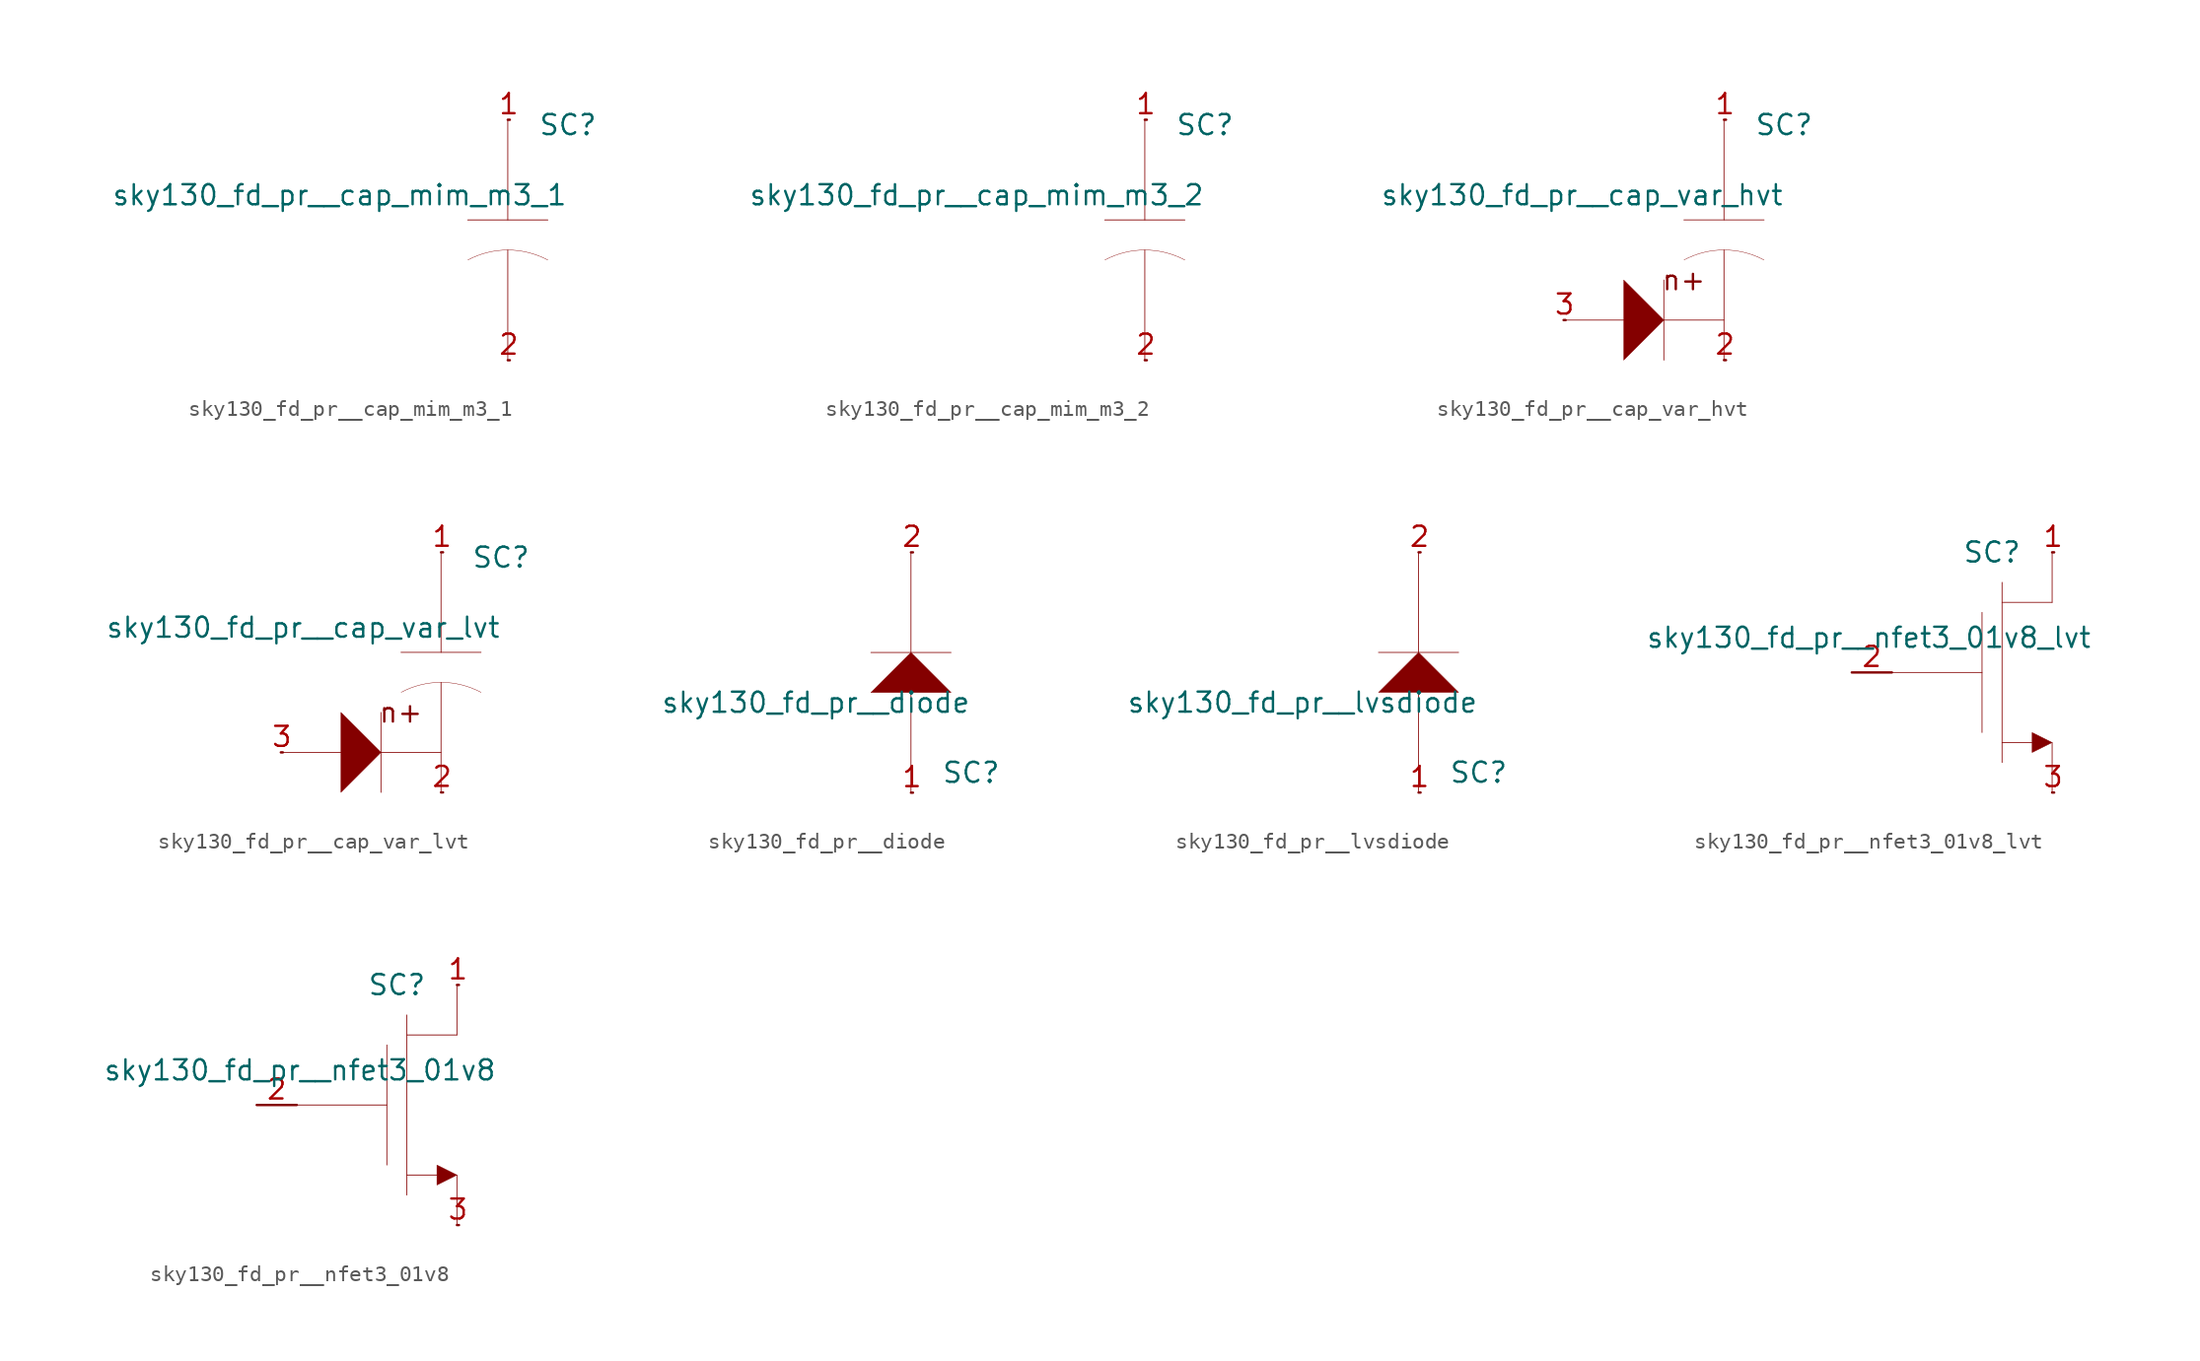
<source format=kicad_sym>
(kicad_symbol_lib
  (version 20211014)
  (generator kicad_symbol_editor)
  (symbol "sky130_fd_pr__cap_mim_m3_1"
    (pin_names hide)
    (property "Reference" "SC"
      (at 3.81 7.29 0)
      (effects (font (size 1.27 1.27))))
    (property "Value" "sky130_fd_pr__cap_mim_m3_1"
      (at 3.81 2.845 0)
      (effects (font (size 1.27 1.27)) (justify right)))
    (symbol "sky130_fd_pr__cap_mim_m3_1_0_0"
      (polyline (pts (xy -2.54 1.27) (xy 2.54 1.27)) (stroke (width 0.051) (type default) (color 0 0 0 0)) (fill (type none)))
      (polyline (pts (xy 0 -0.635) (xy 0 -7.62)) (stroke (width 0.051) (type default) (color 0 0 0 0)) (fill (type none)))
      (polyline (pts (xy 0 7.62) (xy 0 1.27)) (stroke (width 0.051) (type default) (color 0 0 0 0)) (fill (type none)))
      (arc (start 2.5363 -1.2697) (mid 0.0047 -0.635) (end -2.528 -1.2653) (stroke (width 0.0254) (type default) (color 0 0 0 0)) (fill (type none))))
    (symbol "sky130_fd_pr__cap_mim_m3_1_1_1"
      (pin bidirectional line (at 0 7.62 0) (length 0.127) (name "c0" (effects (font (size 1.092 1.092)))) (number "1" (effects (font (size 1.27 1.27)))))
      (pin bidirectional line (at 0 -7.62 0) (length 0.127) (name "c1" (effects (font (size 1.092 1.092)))) (number "2" (effects (font (size 1.27 1.27)))))))
  (symbol "sky130_fd_pr__cap_mim_m3_2"
    (pin_names hide)
    (property "Reference" "SC"
      (at 3.81 7.29 0)
      (effects (font (size 1.27 1.27))))
    (property "Value" "sky130_fd_pr__cap_mim_m3_2"
      (at 3.81 2.845 0)
      (effects (font (size 1.27 1.27)) (justify right)))
    (symbol "sky130_fd_pr__cap_mim_m3_2_0_0"
      (polyline (pts (xy -2.54 1.27) (xy 2.54 1.27)) (stroke (width 0.051) (type default) (color 0 0 0 0)) (fill (type none)))
      (polyline (pts (xy 0 -0.635) (xy 0 -7.62)) (stroke (width 0.051) (type default) (color 0 0 0 0)) (fill (type none)))
      (polyline (pts (xy 0 7.62) (xy 0 1.27)) (stroke (width 0.051) (type default) (color 0 0 0 0)) (fill (type none)))
      (arc (start 2.5363 -1.2697) (mid 0.0047 -0.635) (end -2.528 -1.2653) (stroke (width 0.0254) (type default) (color 0 0 0 0)) (fill (type none))))
    (symbol "sky130_fd_pr__cap_mim_m3_2_1_1"
      (pin bidirectional line (at 0 7.62 0) (length 0.127) (name "c0" (effects (font (size 1.092 1.092)))) (number "1" (effects (font (size 1.27 1.27)))))
      (pin bidirectional line (at 0 -7.62 0) (length 0.127) (name "c1" (effects (font (size 1.092 1.092)))) (number "2" (effects (font (size 1.27 1.27)))))))
  (symbol "sky130_fd_pr__cap_var_hvt"
    (pin_names hide)
    (property "Reference" "SC"
      (at 3.81 7.29 0)
      (effects (font (size 1.27 1.27))))
    (property "Value" "sky130_fd_pr__cap_var_hvt"
      (at 3.81 2.845 0)
      (effects (font (size 1.27 1.27)) (justify right)))
    (symbol "sky130_fd_pr__cap_var_hvt_0_0"
      (polyline (pts (xy -10.16 -5.08) (xy -6.35 -5.08)) (stroke (width 0.051) (type default) (color 0 0 0 0)) (fill (type none)))
      (polyline (pts (xy -3.81 -5.08) (xy 0 -5.08)) (stroke (width 0.051) (type default) (color 0 0 0 0)) (fill (type none)))
      (polyline (pts (xy -3.81 -2.54) (xy -3.81 -7.62)) (stroke (width 0.051) (type default) (color 0 0 0 0)) (fill (type none)))
      (polyline (pts (xy -2.54 1.27) (xy 2.54 1.27)) (stroke (width 0.051) (type default) (color 0 0 0 0)) (fill (type none)))
      (polyline (pts (xy 0 -0.635) (xy 0 -7.62)) (stroke (width 0.051) (type default) (color 0 0 0 0)) (fill (type none)))
      (polyline (pts (xy 0 7.62) (xy 0 1.27)) (stroke (width 0.051) (type default) (color 0 0 0 0)) (fill (type none)))
      (polyline (pts (xy -3.81 -5.08) (xy -6.35 -2.54) (xy -6.35 -7.62) (xy -3.81 -5.08)) (stroke (width 0.025) (type default) (color 0 0 0 0)) (fill (type outline)))
      (arc (start 2.5363 -1.2697) (mid 0.0047 -0.635) (end -2.528 -1.2653) (stroke (width 0.0254) (type default) (color 0 0 0 0)) (fill (type none)))
      (text "n+" (at -2.54 -2.54 0) (effects (font (size 1.27 1.27)))))
    (symbol "sky130_fd_pr__cap_var_hvt_1_1"
      (pin bidirectional line (at 0 7.62 0) (length 0.127) (name "c0" (effects (font (size 1.092 1.092)))) (number "1" (effects (font (size 1.27 1.27)))))
      (pin bidirectional line (at 0 -7.62 0) (length 0.127) (name "c1" (effects (font (size 1.092 1.092)))) (number "2" (effects (font (size 1.27 1.27)))))
      (pin bidirectional line (at -10.16 -5.08 0) (length 0.127) (name "b" (effects (font (size 1.092 1.092)))) (number "3" (effects (font (size 1.27 1.27)))))))
  (symbol "sky130_fd_pr__cap_var_lvt"
    (pin_names hide)
    (property "Reference" "SC"
      (at 3.81 7.29 0)
      (effects (font (size 1.27 1.27))))
    (property "Value" "sky130_fd_pr__cap_var_lvt"
      (at 3.81 2.845 0)
      (effects (font (size 1.27 1.27)) (justify right)))
    (symbol "sky130_fd_pr__cap_var_lvt_0_0"
      (polyline (pts (xy -10.16 -5.08) (xy -6.35 -5.08)) (stroke (width 0.051) (type default) (color 0 0 0 0)) (fill (type none)))
      (polyline (pts (xy -3.81 -5.08) (xy 0 -5.08)) (stroke (width 0.051) (type default) (color 0 0 0 0)) (fill (type none)))
      (polyline (pts (xy -3.81 -2.54) (xy -3.81 -7.62)) (stroke (width 0.051) (type default) (color 0 0 0 0)) (fill (type none)))
      (polyline (pts (xy -2.54 1.27) (xy 2.54 1.27)) (stroke (width 0.051) (type default) (color 0 0 0 0)) (fill (type none)))
      (polyline (pts (xy 0 -0.635) (xy 0 -7.62)) (stroke (width 0.051) (type default) (color 0 0 0 0)) (fill (type none)))
      (polyline (pts (xy 0 7.62) (xy 0 1.27)) (stroke (width 0.051) (type default) (color 0 0 0 0)) (fill (type none)))
      (polyline (pts (xy -3.81 -5.08) (xy -6.35 -2.54) (xy -6.35 -7.62) (xy -3.81 -5.08)) (stroke (width 0.025) (type default) (color 0 0 0 0)) (fill (type outline)))
      (arc (start 2.5363 -1.2697) (mid 0.0047 -0.635) (end -2.528 -1.2653) (stroke (width 0.0254) (type default) (color 0 0 0 0)) (fill (type none)))
      (text "n+" (at -2.54 -2.54 0) (effects (font (size 1.27 1.27)))))
    (symbol "sky130_fd_pr__cap_var_lvt_1_1"
      (pin bidirectional line (at 0 7.62 0) (length 0.127) (name "c0" (effects (font (size 1.092 1.092)))) (number "1" (effects (font (size 1.27 1.27)))))
      (pin bidirectional line (at 0 -7.62 0) (length 0.127) (name "c1" (effects (font (size 1.092 1.092)))) (number "2" (effects (font (size 1.27 1.27)))))
      (pin bidirectional line (at -10.16 -5.08 0) (length 0.127) (name "b" (effects (font (size 1.092 1.092)))) (number "3" (effects (font (size 1.27 1.27)))))))
  (symbol "sky130_fd_pr__diode"
    (pin_names hide)
    (property "Reference" "SC"
      (at 3.81 -6.35 0)
      (effects (font (size 1.27 1.27))))
    (property "Value" "sky130_fd_pr__diode"
      (at 3.81 -1.905 0)
      (effects (font (size 1.27 1.27)) (justify right)))
    (symbol "sky130_fd_pr__diode_0_0"
      (polyline (pts (xy -2.54 1.27) (xy 2.54 1.27)) (stroke (width 0.051) (type default) (color 0 0 0 0)) (fill (type none)))
      (polyline (pts (xy 0 -1.27) (xy 0 -7.62)) (stroke (width 0.051) (type default) (color 0 0 0 0)) (fill (type none)))
      (polyline (pts (xy 0 7.62) (xy 0 1.27)) (stroke (width 0.051) (type default) (color 0 0 0 0)) (fill (type none)))
      (polyline (pts (xy 0 1.27) (xy -2.54 -1.27) (xy 2.54 -1.27) (xy 0 1.27)) (stroke (width 0.025) (type default) (color 0 0 0 0)) (fill (type outline))))
    (symbol "sky130_fd_pr__diode_1_1"
      (pin bidirectional line (at 0 -7.62 0) (length 0.127) (name "d0" (effects (font (size 1.092 1.092)))) (number "1" (effects (font (size 1.27 1.27)))))
      (pin bidirectional line (at 0 7.62 0) (length 0.127) (name "d1" (effects (font (size 1.092 1.092)))) (number "2" (effects (font (size 1.27 1.27)))))))
  (symbol "sky130_fd_pr__lvsdiode"
    (pin_names hide)
    (property "Reference" "SC"
      (at 3.81 -6.35 0)
      (effects (font (size 1.27 1.27))))
    (property "Value" "sky130_fd_pr__lvsdiode"
      (at 3.81 -1.905 0)
      (effects (font (size 1.27 1.27)) (justify right)))
    (symbol "sky130_fd_pr__lvsdiode_0_0"
      (polyline (pts (xy -2.54 1.27) (xy 2.54 1.27)) (stroke (width 0.051) (type default) (color 0 0 0 0)) (fill (type none)))
      (polyline (pts (xy 0 -1.27) (xy 0 -7.62)) (stroke (width 0.051) (type default) (color 0 0 0 0)) (fill (type none)))
      (polyline (pts (xy 0 7.62) (xy 0 1.27)) (stroke (width 0.051) (type default) (color 0 0 0 0)) (fill (type none)))
      (polyline (pts (xy 0 1.27) (xy -2.54 -1.27) (xy 2.54 -1.27) (xy 0 1.27)) (stroke (width 0.025) (type default) (color 0 0 0 0)) (fill (type outline))))
    (symbol "sky130_fd_pr__lvsdiode_1_1"
      (pin bidirectional line (at 0 -7.62 0) (length 0.127) (name "d0" (effects (font (size 1.092 1.092)))) (number "1" (effects (font (size 1.27 1.27)))))
      (pin bidirectional line (at 0 7.62 0) (length 0.127) (name "d1" (effects (font (size 1.092 1.092)))) (number "2" (effects (font (size 1.27 1.27)))))))
  (symbol "sky130_fd_pr__nfet3_01v8_lvt"
    (pin_names hide)
    (property "Reference" "SC"
      (at 1.27 7.62 0)
      (effects (font (size 1.27 1.27))))
    (property "Value" "sky130_fd_pr__nfet3_01v8_lvt"
      (at 7.62 2.21 0)
      (effects (font (size 1.27 1.27)) (justify right)))
    (symbol "sky130_fd_pr__nfet3_01v8_lvt_0_0"
      (polyline (pts (xy -5.08 0) (xy 0.635 0)) (stroke (width 0.051) (type default) (color 0 0 0 0)) (fill (type none)))
      (polyline (pts (xy 0.635 3.81) (xy 0.635 -3.81)) (stroke (width 0.051) (type default) (color 0 0 0 0)) (fill (type none)))
      (polyline (pts (xy 1.905 -4.445) (xy 3.81 -4.445)) (stroke (width 0.051) (type default) (color 0 0 0 0)) (fill (type none)))
      (polyline (pts (xy 1.905 4.445) (xy 5.08 4.445)) (stroke (width 0.051) (type default) (color 0 0 0 0)) (fill (type none)))
      (polyline (pts (xy 1.905 5.715) (xy 1.905 -5.715)) (stroke (width 0.051) (type default) (color 0 0 0 0)) (fill (type none)))
      (polyline (pts (xy 5.08 -4.445) (xy 5.08 -7.62)) (stroke (width 0.051) (type default) (color 0 0 0 0)) (fill (type none)))
      (polyline (pts (xy 5.08 7.62) (xy 5.08 4.445)) (stroke (width 0.051) (type default) (color 0 0 0 0)) (fill (type none)))
      (polyline (pts (xy 3.81 -3.81) (xy 5.08 -4.445) (xy 3.81 -5.08) (xy 3.81 -3.81)) (stroke (width 0.025) (type default) (color 0 0 0 0)) (fill (type outline))))
    (symbol "sky130_fd_pr__nfet3_01v8_lvt_1_1"
      (pin bidirectional line (at 5.08 7.62 0) (length 0.127) (name "D" (effects (font (size 1.092 1.092)))) (number "1" (effects (font (size 1.27 1.27)))))
      (pin input line (at -7.62 0 0) (length 2.54) (name "G" (effects (font (size 1.092 1.092)))) (number "2" (effects (font (size 1.27 1.27)))))
      (pin bidirectional line (at 5.08 -7.62 0) (length 0.127) (name "S" (effects (font (size 1.092 1.092)))) (number "3" (effects (font (size 1.27 1.27)))))))
  (symbol "sky130_fd_pr__nfet3_01v8"
    (pin_names hide)
    (property "Reference" "SC"
      (at 1.27 7.62 0)
      (effects (font (size 1.27 1.27))))
    (property "Value" "sky130_fd_pr__nfet3_01v8"
      (at 7.62 2.21 0)
      (effects (font (size 1.27 1.27)) (justify right)))
    (symbol "sky130_fd_pr__nfet3_01v8_0_0"
      (polyline (pts (xy -5.08 0) (xy 0.635 0)) (stroke (width 0.051) (type default) (color 0 0 0 0)) (fill (type none)))
      (polyline (pts (xy 0.635 3.81) (xy 0.635 -3.81)) (stroke (width 0.051) (type default) (color 0 0 0 0)) (fill (type none)))
      (polyline (pts (xy 1.905 -4.445) (xy 3.81 -4.445)) (stroke (width 0.051) (type default) (color 0 0 0 0)) (fill (type none)))
      (polyline (pts (xy 1.905 4.445) (xy 5.08 4.445)) (stroke (width 0.051) (type default) (color 0 0 0 0)) (fill (type none)))
      (polyline (pts (xy 1.905 5.715) (xy 1.905 -5.715)) (stroke (width 0.051) (type default) (color 0 0 0 0)) (fill (type none)))
      (polyline (pts (xy 5.08 -4.445) (xy 5.08 -7.62)) (stroke (width 0.051) (type default) (color 0 0 0 0)) (fill (type none)))
      (polyline (pts (xy 5.08 7.62) (xy 5.08 4.445)) (stroke (width 0.051) (type default) (color 0 0 0 0)) (fill (type none)))
      (polyline (pts (xy 3.81 -3.81) (xy 5.08 -4.445) (xy 3.81 -5.08) (xy 3.81 -3.81)) (stroke (width 0.025) (type default) (color 0 0 0 0)) (fill (type outline))))
    (symbol "sky130_fd_pr__nfet3_01v8_1_1"
      (pin bidirectional line (at 5.08 7.62 0) (length 0.127) (name "D" (effects (font (size 1.092 1.092)))) (number "1" (effects (font (size 1.27 1.27)))))
      (pin input line (at -7.62 0 0) (length 2.54) (name "G" (effects (font (size 1.092 1.092)))) (number "2" (effects (font (size 1.27 1.27)))))
      (pin bidirectional line (at 5.08 -7.62 0) (length 0.127) (name "S" (effects (font (size 1.092 1.092)))) (number "3" (effects (font (size 1.27 1.27))))))))
</source>
